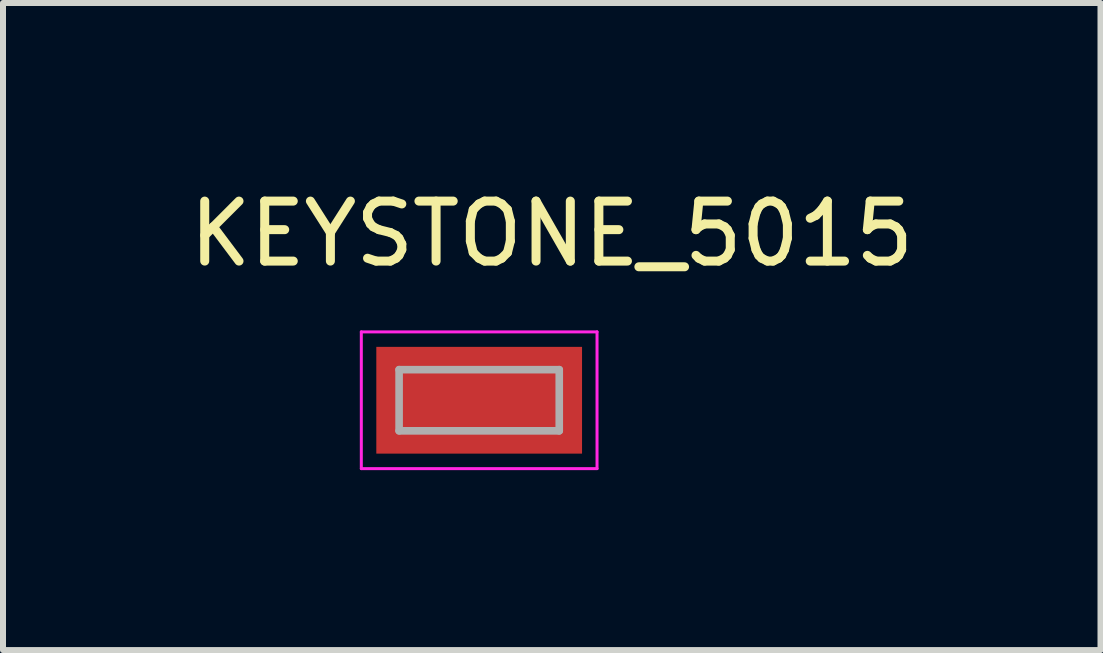
<source format=kicad_pcb>
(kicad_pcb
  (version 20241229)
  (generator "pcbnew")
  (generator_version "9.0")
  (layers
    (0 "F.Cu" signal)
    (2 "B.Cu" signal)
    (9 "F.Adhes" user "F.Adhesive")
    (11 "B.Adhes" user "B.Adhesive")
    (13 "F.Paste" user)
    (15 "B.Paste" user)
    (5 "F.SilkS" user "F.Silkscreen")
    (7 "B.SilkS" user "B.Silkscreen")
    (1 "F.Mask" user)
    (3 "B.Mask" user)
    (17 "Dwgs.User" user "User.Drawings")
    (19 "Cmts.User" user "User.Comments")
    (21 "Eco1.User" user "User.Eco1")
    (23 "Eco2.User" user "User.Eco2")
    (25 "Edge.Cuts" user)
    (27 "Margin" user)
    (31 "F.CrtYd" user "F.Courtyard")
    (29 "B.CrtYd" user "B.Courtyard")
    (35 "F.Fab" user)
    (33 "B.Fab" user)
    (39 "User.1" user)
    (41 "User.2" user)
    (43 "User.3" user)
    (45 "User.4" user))
  (footprint "KEYSTONE_5015"
    (layer "F.Cu")
    (at 4.939 3.623)
    (property "Reference" "KEYSTONE_5015" (at 1.21 -2.775 0) (layer "F.SilkS") (effects (font (size 1 1) (thickness 0.15))))
    (attr smd)
    (fp_line (start -1.965 -1.14) (end -1.965 1.14) (stroke (width 0.05) (type solid)) (layer "F.CrtYd"))
    (fp_line (start -1.965 1.14) (end 1.965 1.14) (stroke (width 0.05) (type solid)) (layer "F.CrtYd"))
    (fp_line (start 1.965 -1.14) (end -1.965 -1.14) (stroke (width 0.05) (type solid)) (layer "F.CrtYd"))
    (fp_line (start 1.965 1.14) (end 1.965 -1.14) (stroke (width 0.05) (type solid)) (layer "F.CrtYd"))
    (fp_line (start -1.335 -0.51) (end 1.335 -0.51) (stroke (width 0.127) (type solid)) (layer "F.Fab"))
    (fp_line (start -1.335 0.51) (end -1.335 -0.51) (stroke (width 0.127) (type solid)) (layer "F.Fab"))
    (fp_line (start 1.335 -0.51) (end 1.335 0.51) (stroke (width 0.127) (type solid)) (layer "F.Fab"))
    (fp_line (start 1.335 0.51) (end -1.335 0.51) (stroke (width 0.127) (type solid)) (layer "F.Fab"))
    (pad "TP" smd rect (at 0 0) (size 3.43 1.78) (layers "F.Cu" "F.Mask" "F.Paste")))
  (gr_rect
    (start -3 -3)
    (end 15.298 7.788)
    (stroke (width 0.1) (type default))
    (fill no)
    (layer "Edge.Cuts")))
</source>
